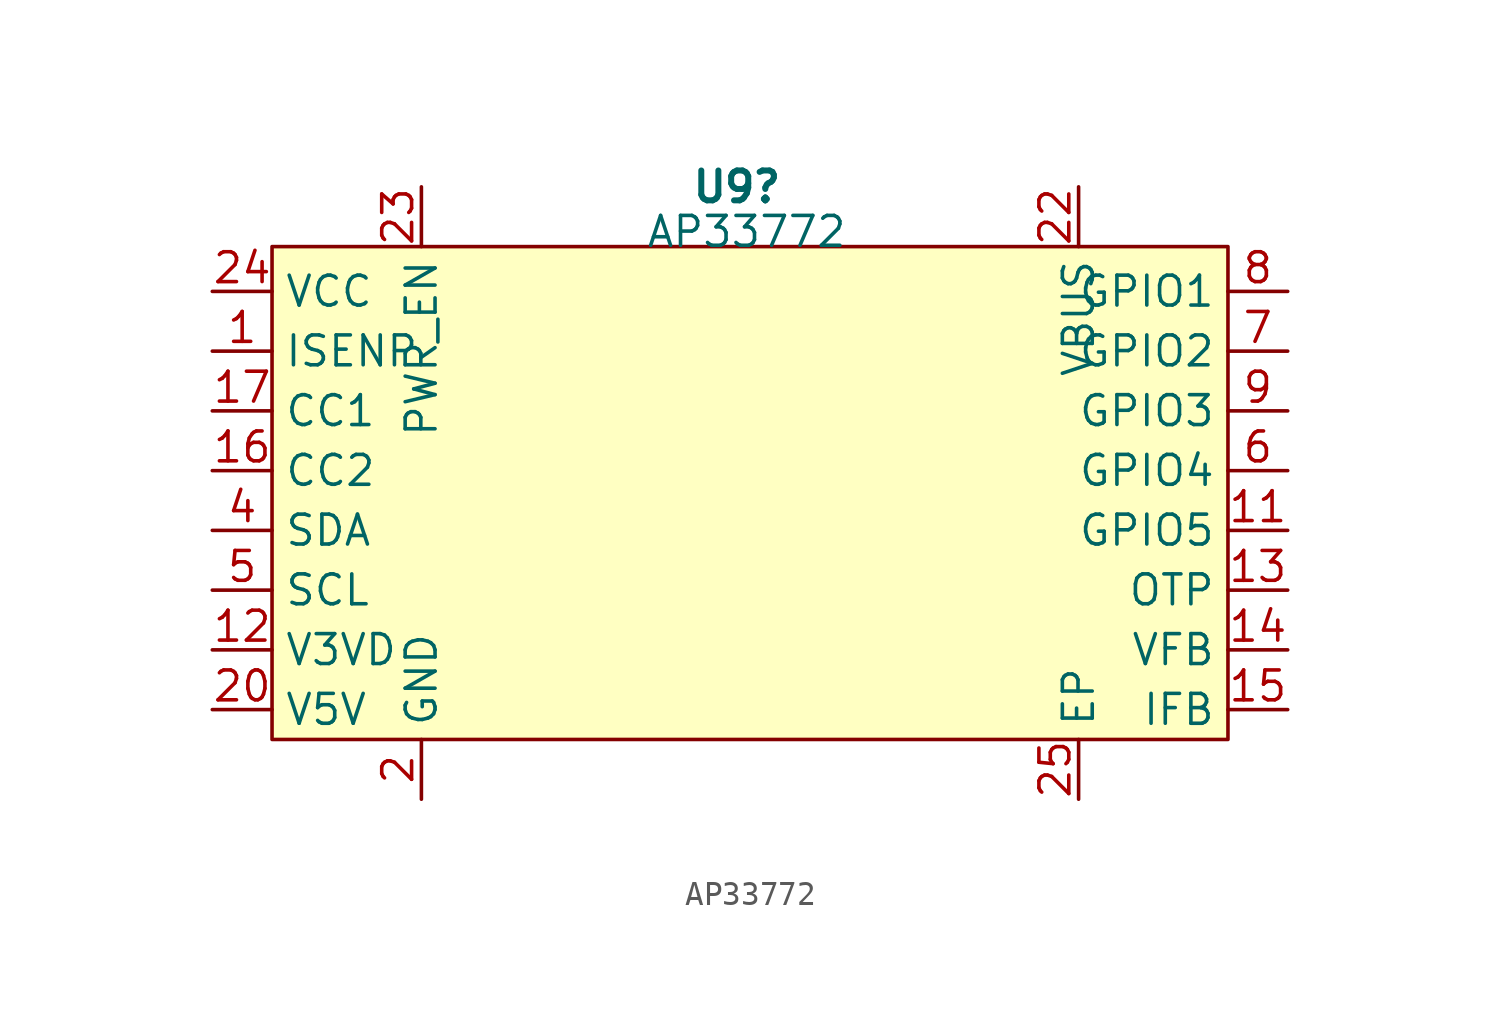
<source format=kicad_sym>
(kicad_symbol_lib
  (version 20231120)
  (generator "kicad_symbol_editor")
  (generator_version "8.0")
  (symbol "AP33772"
    (property "Reference" "U9"
      (at 17.78 -0.635 0)
      (effects (font (size 1.27 1.27) (bold yes)) (justify left)))
    (property "Value" "AP33772"
      (at 15.875 -2.54 0)
      (effects (font (size 1.27 1.27)) (justify left)))
    (symbol "AP33772_1_1"
      (rectangle (start 0 -3.175) (end 40.64 -24.13) (stroke (width 0) (type default)) (fill (type background)))
      (pin input line (at -2.54 -7.62 0) (length 2.54) (name "ISENP" (effects (font (size 1.27 1.27)))) (number "1" (effects (font (size 1.27 1.27)))))
      (pin bidirectional line (at 43.18 -15.24 180) (length 2.54) (name "GPIO5" (effects (font (size 1.27 1.27)))) (number "11" (effects (font (size 1.27 1.27)))))
      (pin power_out line (at -2.54 -20.32 0) (length 2.54) (name "V3VD" (effects (font (size 1.27 1.27)))) (number "12" (effects (font (size 1.27 1.27)))))
      (pin passive line (at 43.18 -17.78 180) (length 2.54) (name "OTP" (effects (font (size 1.27 1.27)))) (number "13" (effects (font (size 1.27 1.27)))))
      (pin passive line (at 43.18 -20.32 180) (length 2.54) (name "VFB" (effects (font (size 1.27 1.27)))) (number "14" (effects (font (size 1.27 1.27)))))
      (pin passive line (at 43.18 -22.86 180) (length 2.54) (name "IFB" (effects (font (size 1.27 1.27)))) (number "15" (effects (font (size 1.27 1.27)))))
      (pin input line (at -2.54 -12.7 0) (length 2.54) (name "CC2" (effects (font (size 1.27 1.27)))) (number "16" (effects (font (size 1.27 1.27)))))
      (pin input line (at -2.54 -10.16 0) (length 2.54) (name "CC1" (effects (font (size 1.27 1.27)))) (number "17" (effects (font (size 1.27 1.27)))))
      (pin passive line (at 6.35 -26.67 90) (length 2.54) (name "GND" (effects (font (size 1.27 1.27)))) (number "2" (effects (font (size 1.27 1.27)))))
      (pin power_out line (at -2.54 -22.86 0) (length 2.54) (name "V5V" (effects (font (size 1.27 1.27)))) (number "20" (effects (font (size 1.27 1.27)))))
      (pin output line (at 34.29 -0.635 270) (length 2.54) (name "VBUS" (effects (font (size 1.27 1.27)))) (number "22" (effects (font (size 1.27 1.27)))))
      (pin output line (at 6.35 -0.635 270) (length 2.54) (name "PWR_EN" (effects (font (size 1.27 1.27)))) (number "23" (effects (font (size 1.27 1.27)))))
      (pin power_in line (at -2.54 -5.08 0) (length 2.54) (name "VCC" (effects (font (size 1.27 1.27)))) (number "24" (effects (font (size 1.27 1.27)))))
      (pin passive line (at 34.29 -26.67 90) (length 2.54) (name "EP" (effects (font (size 1.27 1.27)))) (number "25" (effects (font (size 1.27 1.27)))))
      (pin bidirectional line (at -2.54 -15.24 0) (length 2.54) (name "SDA" (effects (font (size 1.27 1.27)))) (number "4" (effects (font (size 1.27 1.27)))))
      (pin input line (at -2.54 -17.78 0) (length 2.54) (name "SCL" (effects (font (size 1.27 1.27)))) (number "5" (effects (font (size 1.27 1.27)))))
      (pin bidirectional line (at 43.18 -12.7 180) (length 2.54) (name "GPIO4" (effects (font (size 1.27 1.27)))) (number "6" (effects (font (size 1.27 1.27)))))
      (pin bidirectional line (at 43.18 -7.62 180) (length 2.54) (name "GPIO2" (effects (font (size 1.27 1.27)))) (number "7" (effects (font (size 1.27 1.27)))))
      (pin bidirectional line (at 43.18 -5.08 180) (length 2.54) (name "GPIO1" (effects (font (size 1.27 1.27)))) (number "8" (effects (font (size 1.27 1.27)))))
      (pin bidirectional line (at 43.18 -10.16 180) (length 2.54) (name "GPIO3" (effects (font (size 1.27 1.27)))) (number "9" (effects (font (size 1.27 1.27))))))))
</source>
